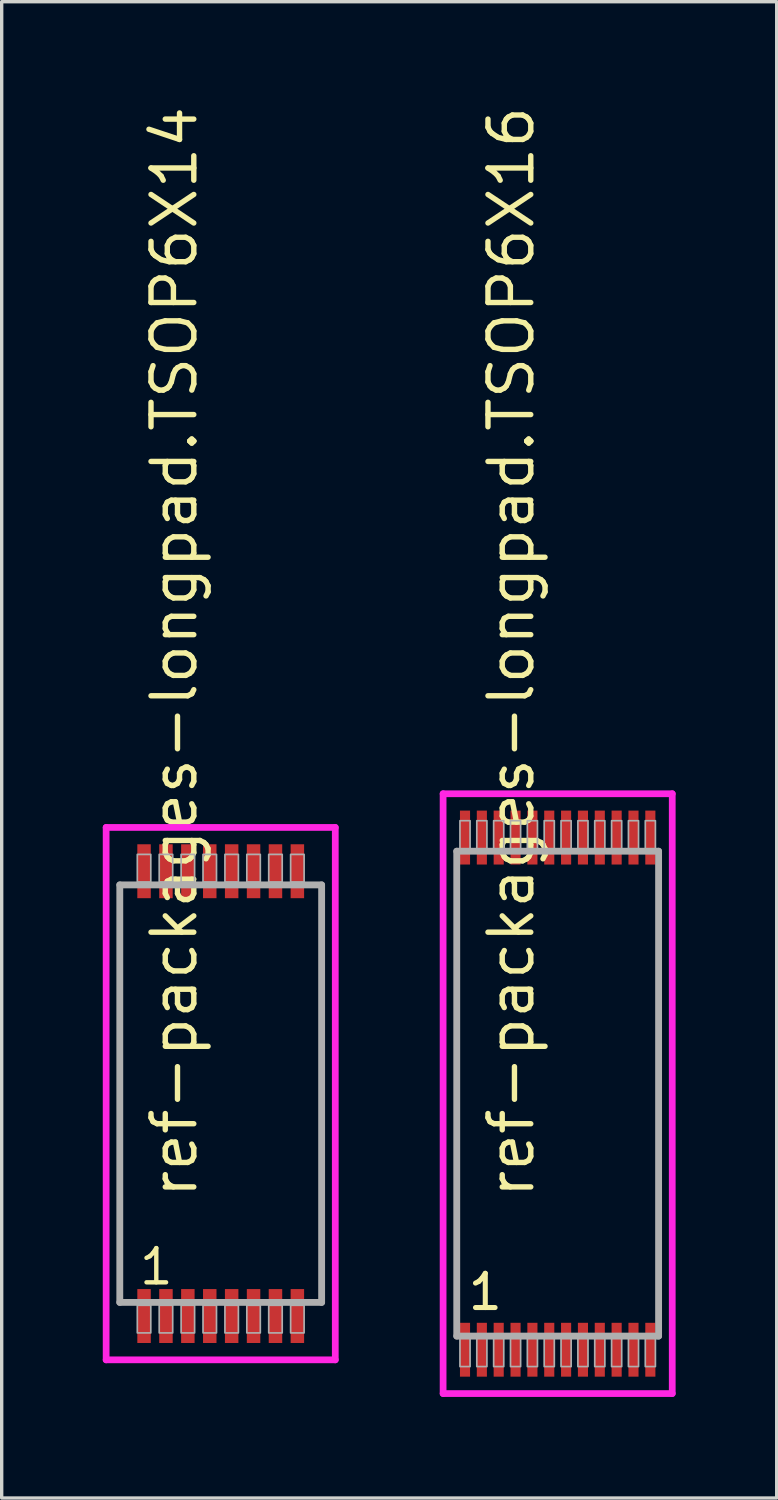
<source format=kicad_pcb>
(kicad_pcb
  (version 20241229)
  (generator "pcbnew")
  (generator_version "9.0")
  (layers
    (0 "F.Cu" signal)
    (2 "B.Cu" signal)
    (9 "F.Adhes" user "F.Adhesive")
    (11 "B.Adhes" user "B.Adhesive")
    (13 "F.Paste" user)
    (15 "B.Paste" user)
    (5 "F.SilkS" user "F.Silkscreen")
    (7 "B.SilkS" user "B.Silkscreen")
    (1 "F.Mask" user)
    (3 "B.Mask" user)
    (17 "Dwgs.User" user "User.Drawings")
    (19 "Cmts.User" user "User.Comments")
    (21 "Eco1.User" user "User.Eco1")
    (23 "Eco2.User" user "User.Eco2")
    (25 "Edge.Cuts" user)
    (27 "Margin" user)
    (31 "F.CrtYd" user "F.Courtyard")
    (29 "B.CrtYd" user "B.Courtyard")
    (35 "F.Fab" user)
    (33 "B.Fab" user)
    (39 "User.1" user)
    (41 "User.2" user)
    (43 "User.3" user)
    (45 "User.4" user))
  (footprint "ref-packages-longpad.TSOP6X16"
    (layer "F.Cu")
    (at 13.5 29.406)
    (property "Reference" "ref-packages-longpad.TSOP6X16" (at -0.635 3.175 90) (layer "F.SilkS") (effects (font (size 1.27 1.27) (thickness 0.16)) (justify left bottom)))
    (attr smd)
    (fp_line (start -3.4 -8.9) (end 3.4 -8.9) (stroke (width 0.2) (type default)) (layer "F.CrtYd"))
    (fp_line (start -3.4 8.9) (end -3.4 -8.9) (stroke (width 0.2) (type default)) (layer "F.CrtYd"))
    (fp_line (start 3.4 -8.9) (end 3.4 8.9) (stroke (width 0.2) (type default)) (layer "F.CrtYd"))
    (fp_line (start 3.4 8.9) (end -3.4 8.9) (stroke (width 0.2) (type default)) (layer "F.CrtYd"))
    (fp_line (start -2.995 -7.195) (end 2.995 -7.195) (stroke (width 0.203) (type default)) (layer "F.Fab"))
    (fp_line (start -2.995 7.195) (end -2.995 -7.195) (stroke (width 0.203) (type default)) (layer "F.Fab"))
    (fp_line (start 2.995 -7.195) (end 2.995 7.195) (stroke (width 0.203) (type default)) (layer "F.Fab"))
    (fp_line (start 2.995 7.195) (end -2.995 7.195) (stroke (width 0.203) (type default)) (layer "F.Fab"))
    (fp_rect (start -2.9 -7.25) (end -2.6 -8.1) (stroke (width 0.05) (type default)) (fill no) (layer "F.Fab"))
    (fp_rect (start -2.9 8.1) (end -2.6 7.25) (stroke (width 0.05) (type default)) (fill no) (layer "F.Fab"))
    (fp_rect (start -2.4 -7.25) (end -2.1 -8.1) (stroke (width 0.05) (type default)) (fill no) (layer "F.Fab"))
    (fp_rect (start -2.4 8.1) (end -2.1 7.25) (stroke (width 0.05) (type default)) (fill no) (layer "F.Fab"))
    (fp_rect (start -1.9 -7.25) (end -1.6 -8.1) (stroke (width 0.05) (type default)) (fill no) (layer "F.Fab"))
    (fp_rect (start -1.9 8.1) (end -1.6 7.25) (stroke (width 0.05) (type default)) (fill no) (layer "F.Fab"))
    (fp_rect (start -1.4 -7.25) (end -1.1 -8.1) (stroke (width 0.05) (type default)) (fill no) (layer "F.Fab"))
    (fp_rect (start -1.4 8.1) (end -1.1 7.25) (stroke (width 0.05) (type default)) (fill no) (layer "F.Fab"))
    (fp_rect (start -0.9 -7.25) (end -0.6 -8.1) (stroke (width 0.05) (type default)) (fill no) (layer "F.Fab"))
    (fp_rect (start -0.9 8.1) (end -0.6 7.25) (stroke (width 0.05) (type default)) (fill no) (layer "F.Fab"))
    (fp_rect (start -0.4 -7.25) (end -0.1 -8.1) (stroke (width 0.05) (type default)) (fill no) (layer "F.Fab"))
    (fp_rect (start -0.4 8.1) (end -0.1 7.25) (stroke (width 0.05) (type default)) (fill no) (layer "F.Fab"))
    (fp_rect (start 0.1 -7.25) (end 0.4 -8.1) (stroke (width 0.05) (type default)) (fill no) (layer "F.Fab"))
    (fp_rect (start 0.1 8.1) (end 0.4 7.25) (stroke (width 0.05) (type default)) (fill no) (layer "F.Fab"))
    (fp_rect (start 0.6 -7.25) (end 0.9 -8.1) (stroke (width 0.05) (type default)) (fill no) (layer "F.Fab"))
    (fp_rect (start 0.6 8.1) (end 0.9 7.25) (stroke (width 0.05) (type default)) (fill no) (layer "F.Fab"))
    (fp_rect (start 1.1 -7.25) (end 1.4 -8.1) (stroke (width 0.05) (type default)) (fill no) (layer "F.Fab"))
    (fp_rect (start 1.1 8.1) (end 1.4 7.25) (stroke (width 0.05) (type default)) (fill no) (layer "F.Fab"))
    (fp_rect (start 1.6 -7.25) (end 1.9 -8.1) (stroke (width 0.05) (type default)) (fill no) (layer "F.Fab"))
    (fp_rect (start 1.6 8.1) (end 1.9 7.25) (stroke (width 0.05) (type default)) (fill no) (layer "F.Fab"))
    (fp_rect (start 2.1 -7.25) (end 2.4 -8.1) (stroke (width 0.05) (type default)) (fill no) (layer "F.Fab"))
    (fp_rect (start 2.1 8.1) (end 2.4 7.25) (stroke (width 0.05) (type default)) (fill no) (layer "F.Fab"))
    (fp_rect (start 2.6 -7.25) (end 2.9 -8.1) (stroke (width 0.05) (type default)) (fill no) (layer "F.Fab"))
    (fp_rect (start 2.6 8.1) (end 2.9 7.25) (stroke (width 0.05) (type default)) (fill no) (layer "F.Fab"))
    (fp_text user "1" (at -2.731 6.48 0) (layer "F.SilkS") (effects (font (size 1.016 1.016) (thickness 0.15)) (justify left bottom)))
    (pad "1" smd roundrect (at -2.75 7.6) (size 0.3 1.6) (layers "F.Cu" "F.Mask" "F.Paste") (roundrect_rratio 0.01))
    (pad "2" smd roundrect (at -2.25 7.6) (size 0.3 1.6) (layers "F.Cu" "F.Mask" "F.Paste") (roundrect_rratio 0.01))
    (pad "3" smd roundrect (at -1.75 7.6) (size 0.3 1.6) (layers "F.Cu" "F.Mask" "F.Paste") (roundrect_rratio 0.01))
    (pad "4" smd roundrect (at -1.25 7.6) (size 0.3 1.6) (layers "F.Cu" "F.Mask" "F.Paste") (roundrect_rratio 0.01))
    (pad "5" smd roundrect (at -0.75 7.6) (size 0.3 1.6) (layers "F.Cu" "F.Mask" "F.Paste") (roundrect_rratio 0.01))
    (pad "6" smd roundrect (at -0.25 7.6) (size 0.3 1.6) (layers "F.Cu" "F.Mask" "F.Paste") (roundrect_rratio 0.01))
    (pad "7" smd roundrect (at 0.25 7.6) (size 0.3 1.6) (layers "F.Cu" "F.Mask" "F.Paste") (roundrect_rratio 0.01))
    (pad "8" smd roundrect (at 0.75 7.6) (size 0.3 1.6) (layers "F.Cu" "F.Mask" "F.Paste") (roundrect_rratio 0.01))
    (pad "9" smd roundrect (at 1.25 7.6) (size 0.3 1.6) (layers "F.Cu" "F.Mask" "F.Paste") (roundrect_rratio 0.01))
    (pad "10" smd roundrect (at 1.75 7.6) (size 0.3 1.6) (layers "F.Cu" "F.Mask" "F.Paste") (roundrect_rratio 0.01))
    (pad "11" smd roundrect (at 2.25 7.6) (size 0.3 1.6) (layers "F.Cu" "F.Mask" "F.Paste") (roundrect_rratio 0.01))
    (pad "12" smd roundrect (at 2.75 7.6) (size 0.3 1.6) (layers "F.Cu" "F.Mask" "F.Paste") (roundrect_rratio 0.01))
    (pad "13" smd roundrect (at 2.75 -7.6) (size 0.3 1.6) (layers "F.Cu" "F.Mask" "F.Paste") (roundrect_rratio 0.01))
    (pad "14" smd roundrect (at 2.25 -7.6) (size 0.3 1.6) (layers "F.Cu" "F.Mask" "F.Paste") (roundrect_rratio 0.01))
    (pad "15" smd roundrect (at 1.75 -7.6) (size 0.3 1.6) (layers "F.Cu" "F.Mask" "F.Paste") (roundrect_rratio 0.01))
    (pad "16" smd roundrect (at 1.25 -7.6) (size 0.3 1.6) (layers "F.Cu" "F.Mask" "F.Paste") (roundrect_rratio 0.01))
    (pad "17" smd roundrect (at 0.75 -7.6) (size 0.3 1.6) (layers "F.Cu" "F.Mask" "F.Paste") (roundrect_rratio 0.01))
    (pad "18" smd roundrect (at 0.25 -7.6) (size 0.3 1.6) (layers "F.Cu" "F.Mask" "F.Paste") (roundrect_rratio 0.01))
    (pad "19" smd roundrect (at -0.25 -7.6) (size 0.3 1.6) (layers "F.Cu" "F.Mask" "F.Paste") (roundrect_rratio 0.01))
    (pad "20" smd roundrect (at -0.75 -7.6) (size 0.3 1.6) (layers "F.Cu" "F.Mask" "F.Paste") (roundrect_rratio 0.01))
    (pad "21" smd roundrect (at -1.25 -7.6) (size 0.3 1.6) (layers "F.Cu" "F.Mask" "F.Paste") (roundrect_rratio 0.01))
    (pad "22" smd roundrect (at -1.75 -7.6) (size 0.3 1.6) (layers "F.Cu" "F.Mask" "F.Paste") (roundrect_rratio 0.01))
    (pad "23" smd roundrect (at -2.25 -7.6) (size 0.3 1.6) (layers "F.Cu" "F.Mask" "F.Paste") (roundrect_rratio 0.01))
    (pad "24" smd roundrect (at -2.75 -7.6) (size 0.3 1.6) (layers "F.Cu" "F.Mask" "F.Paste") (roundrect_rratio 0.01)))
  (footprint "ref-packages-longpad.TSOP6X14"
    (layer "F.Cu")
    (at 3.5 29.406)
    (property "Reference" "ref-packages-longpad.TSOP6X14" (at -0.635 3.175 90) (layer "F.SilkS") (effects (font (size 1.27 1.27) (thickness 0.16)) (justify left bottom)))
    (attr smd)
    (fp_line (start -3.4 -7.9) (end 3.4 -7.9) (stroke (width 0.2) (type default)) (layer "F.CrtYd"))
    (fp_line (start -3.4 7.9) (end -3.4 -7.9) (stroke (width 0.2) (type default)) (layer "F.CrtYd"))
    (fp_line (start 3.4 -7.9) (end 3.4 7.9) (stroke (width 0.2) (type default)) (layer "F.CrtYd"))
    (fp_line (start 3.4 7.9) (end -3.4 7.9) (stroke (width 0.2) (type default)) (layer "F.CrtYd"))
    (fp_line (start -2.995 -6.195) (end 2.995 -6.195) (stroke (width 0.203) (type default)) (layer "F.Fab"))
    (fp_line (start -2.995 6.195) (end -2.995 -6.195) (stroke (width 0.203) (type default)) (layer "F.Fab"))
    (fp_line (start 2.995 -6.195) (end 2.995 6.195) (stroke (width 0.203) (type default)) (layer "F.Fab"))
    (fp_line (start 2.995 6.195) (end -2.995 6.195) (stroke (width 0.203) (type default)) (layer "F.Fab"))
    (fp_rect (start -2.475 -6.28) (end -2.075 -7.1) (stroke (width 0.05) (type default)) (fill no) (layer "F.Fab"))
    (fp_rect (start -2.475 7.1) (end -2.075 6.28) (stroke (width 0.05) (type default)) (fill no) (layer "F.Fab"))
    (fp_rect (start -1.825 -6.28) (end -1.425 -7.1) (stroke (width 0.05) (type default)) (fill no) (layer "F.Fab"))
    (fp_rect (start -1.825 7.1) (end -1.425 6.28) (stroke (width 0.05) (type default)) (fill no) (layer "F.Fab"))
    (fp_rect (start -1.175 -6.28) (end -0.775 -7.1) (stroke (width 0.05) (type default)) (fill no) (layer "F.Fab"))
    (fp_rect (start -1.175 7.1) (end -0.775 6.28) (stroke (width 0.05) (type default)) (fill no) (layer "F.Fab"))
    (fp_rect (start -0.525 -6.28) (end -0.125 -7.1) (stroke (width 0.05) (type default)) (fill no) (layer "F.Fab"))
    (fp_rect (start -0.525 7.1) (end -0.125 6.28) (stroke (width 0.05) (type default)) (fill no) (layer "F.Fab"))
    (fp_rect (start 0.125 -6.28) (end 0.525 -7.1) (stroke (width 0.05) (type default)) (fill no) (layer "F.Fab"))
    (fp_rect (start 0.125 7.1) (end 0.525 6.28) (stroke (width 0.05) (type default)) (fill no) (layer "F.Fab"))
    (fp_rect (start 0.775 -6.28) (end 1.175 -7.1) (stroke (width 0.05) (type default)) (fill no) (layer "F.Fab"))
    (fp_rect (start 0.775 7.1) (end 1.175 6.28) (stroke (width 0.05) (type default)) (fill no) (layer "F.Fab"))
    (fp_rect (start 1.425 -6.28) (end 1.825 -7.1) (stroke (width 0.05) (type default)) (fill no) (layer "F.Fab"))
    (fp_rect (start 1.425 7.1) (end 1.825 6.28) (stroke (width 0.05) (type default)) (fill no) (layer "F.Fab"))
    (fp_rect (start 2.075 -6.28) (end 2.475 -7.1) (stroke (width 0.05) (type default)) (fill no) (layer "F.Fab"))
    (fp_rect (start 2.075 7.1) (end 2.475 6.28) (stroke (width 0.05) (type default)) (fill no) (layer "F.Fab"))
    (fp_text user "1" (at -2.481 5.73 0) (layer "F.SilkS") (effects (font (size 1.016 1.016) (thickness 0.13)) (justify left bottom)))
    (pad "1" smd roundrect (at -2.275 6.6) (size 0.4 1.6) (layers "F.Cu" "F.Mask" "F.Paste") (roundrect_rratio 0.01))
    (pad "2" smd roundrect (at -1.625 6.6) (size 0.4 1.6) (layers "F.Cu" "F.Mask" "F.Paste") (roundrect_rratio 0.01))
    (pad "3" smd roundrect (at -0.975 6.6) (size 0.4 1.6) (layers "F.Cu" "F.Mask" "F.Paste") (roundrect_rratio 0.01))
    (pad "4" smd roundrect (at -0.325 6.6) (size 0.4 1.6) (layers "F.Cu" "F.Mask" "F.Paste") (roundrect_rratio 0.01))
    (pad "5" smd roundrect (at 0.325 6.6) (size 0.4 1.6) (layers "F.Cu" "F.Mask" "F.Paste") (roundrect_rratio 0.01))
    (pad "6" smd roundrect (at 0.975 6.6) (size 0.4 1.6) (layers "F.Cu" "F.Mask" "F.Paste") (roundrect_rratio 0.01))
    (pad "7" smd roundrect (at 1.625 6.6) (size 0.4 1.6) (layers "F.Cu" "F.Mask" "F.Paste") (roundrect_rratio 0.01))
    (pad "8" smd roundrect (at 2.275 6.6) (size 0.4 1.6) (layers "F.Cu" "F.Mask" "F.Paste") (roundrect_rratio 0.01))
    (pad "9" smd roundrect (at 2.275 -6.6) (size 0.4 1.6) (layers "F.Cu" "F.Mask" "F.Paste") (roundrect_rratio 0.01))
    (pad "10" smd roundrect (at 1.625 -6.6) (size 0.4 1.6) (layers "F.Cu" "F.Mask" "F.Paste") (roundrect_rratio 0.01))
    (pad "11" smd roundrect (at 0.975 -6.6) (size 0.4 1.6) (layers "F.Cu" "F.Mask" "F.Paste") (roundrect_rratio 0.01))
    (pad "12" smd roundrect (at 0.325 -6.6) (size 0.4 1.6) (layers "F.Cu" "F.Mask" "F.Paste") (roundrect_rratio 0.01))
    (pad "13" smd roundrect (at -0.325 -6.6) (size 0.4 1.6) (layers "F.Cu" "F.Mask" "F.Paste") (roundrect_rratio 0.01))
    (pad "14" smd roundrect (at -0.975 -6.6) (size 0.4 1.6) (layers "F.Cu" "F.Mask" "F.Paste") (roundrect_rratio 0.01))
    (pad "15" smd roundrect (at -1.625 -6.6) (size 0.4 1.6) (layers "F.Cu" "F.Mask" "F.Paste") (roundrect_rratio 0.01))
    (pad "16" smd roundrect (at -2.275 -6.6) (size 0.4 1.6) (layers "F.Cu" "F.Mask" "F.Paste") (roundrect_rratio 0.01)))
  (gr_rect
    (start -3 -3)
    (end 20 41.406)
    (stroke (width 0.1) (type default))
    (fill no)
    (layer "Edge.Cuts")))
</source>
